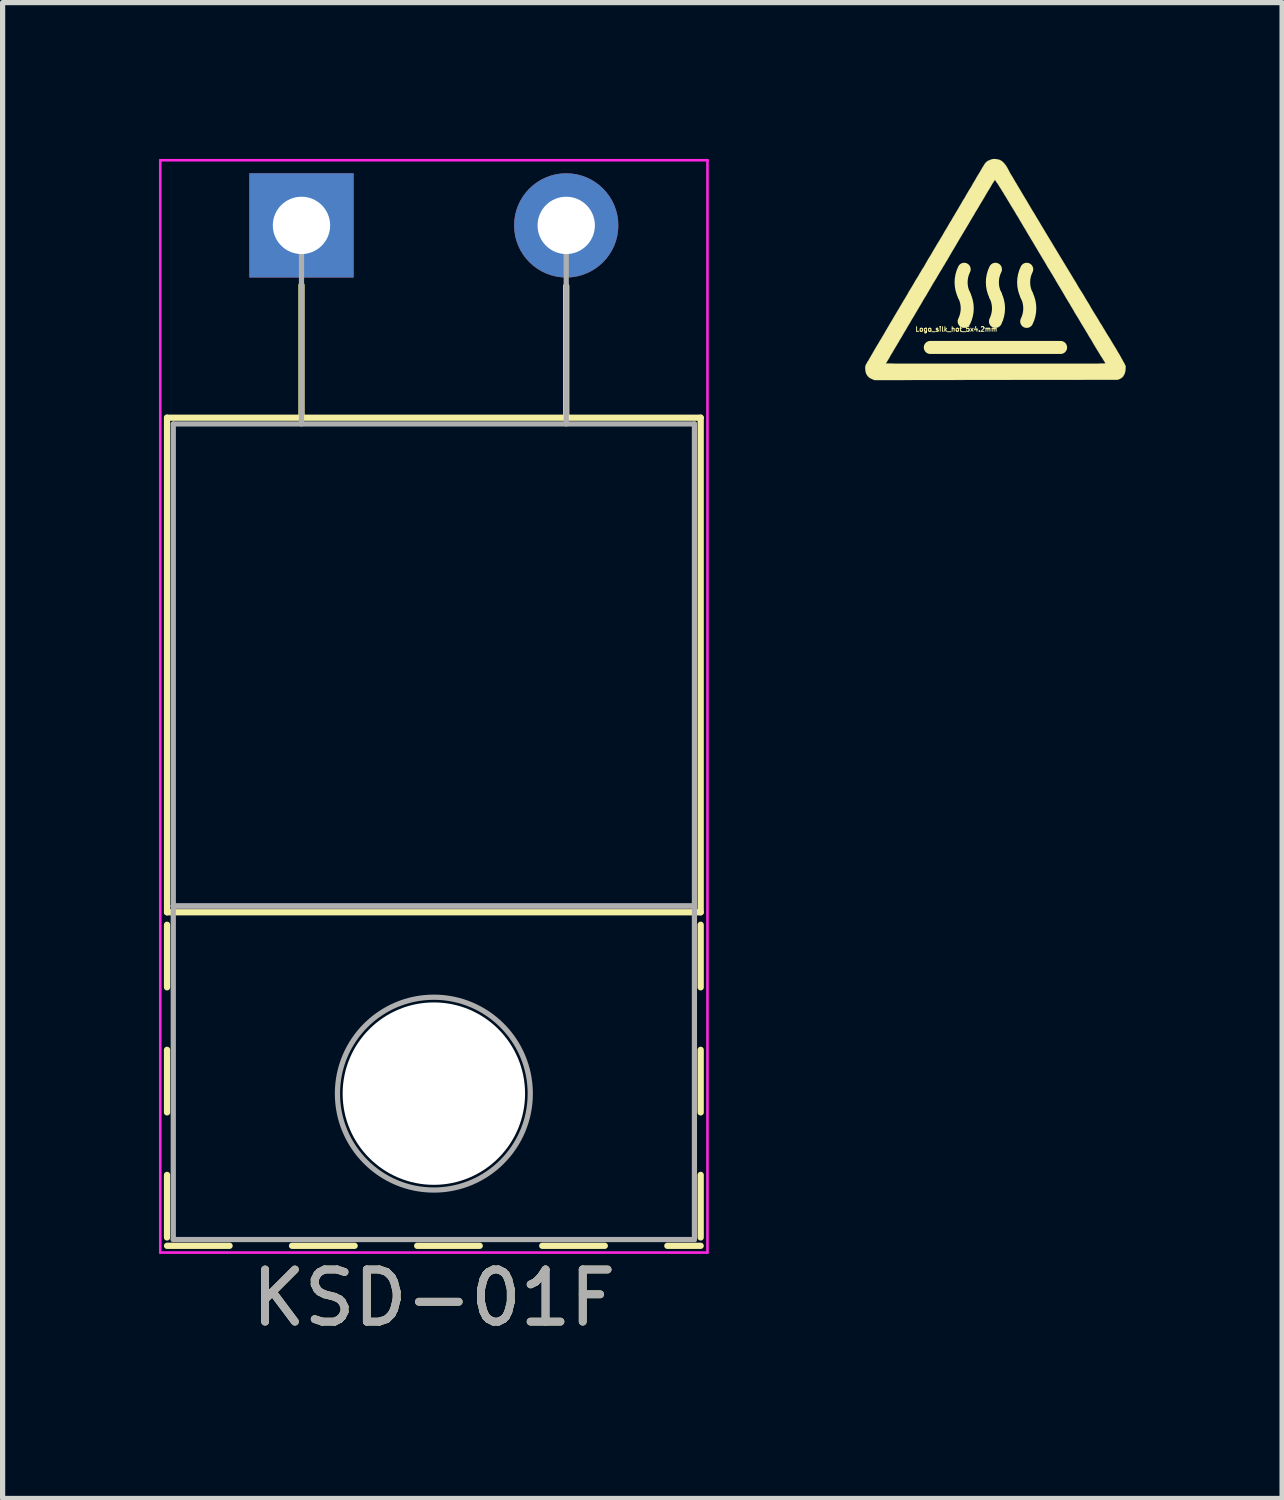
<source format=kicad_pcb>
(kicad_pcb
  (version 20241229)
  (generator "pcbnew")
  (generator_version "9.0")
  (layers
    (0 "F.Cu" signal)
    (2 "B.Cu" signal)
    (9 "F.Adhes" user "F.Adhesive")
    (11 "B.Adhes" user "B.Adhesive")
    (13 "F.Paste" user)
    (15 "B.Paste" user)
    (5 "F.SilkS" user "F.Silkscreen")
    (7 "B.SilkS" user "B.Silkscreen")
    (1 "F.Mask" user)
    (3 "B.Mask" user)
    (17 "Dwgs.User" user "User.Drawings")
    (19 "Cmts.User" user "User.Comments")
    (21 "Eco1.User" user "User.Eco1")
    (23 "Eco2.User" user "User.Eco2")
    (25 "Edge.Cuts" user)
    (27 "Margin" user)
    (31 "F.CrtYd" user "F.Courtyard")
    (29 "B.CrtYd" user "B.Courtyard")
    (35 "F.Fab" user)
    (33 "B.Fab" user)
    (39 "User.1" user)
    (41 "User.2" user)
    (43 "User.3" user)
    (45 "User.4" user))
  (footprint "KSD-01F"
    (layer "F.Cu")
    (at 2.735 1.275)
    (property "Reference" "KSD-01F" (at 2.54 20.58 0) (layer "F.SilkS") (effects (font (size 1 1) (thickness 0.15))))
    (attr through_hole)
    (fp_line (start -2.58 3.69) (end -2.58 13.18) (stroke (width 0.12) (type solid)) (layer "F.SilkS"))
    (fp_line (start -2.58 3.69) (end 7.66 3.69) (stroke (width 0.12) (type solid)) (layer "F.SilkS"))
    (fp_line (start -2.58 13.18) (end 7.66 13.18) (stroke (width 0.12) (type solid)) (layer "F.SilkS"))
    (fp_line (start -2.58 13.42) (end -2.58 14.62) (stroke (width 0.12) (type solid)) (layer "F.SilkS"))
    (fp_line (start -2.58 15.82) (end -2.58 17.02) (stroke (width 0.12) (type solid)) (layer "F.SilkS"))
    (fp_line (start -2.58 18.22) (end -2.58 19.42) (stroke (width 0.12) (type solid)) (layer "F.SilkS"))
    (fp_line (start -2.58 19.58) (end -1.38 19.58) (stroke (width 0.12) (type solid)) (layer "F.SilkS"))
    (fp_line (start -0.181 19.58) (end 1.02 19.58) (stroke (width 0.12) (type solid)) (layer "F.SilkS"))
    (fp_line (start 0 1.15) (end 0 3.69) (stroke (width 0.12) (type solid)) (layer "F.SilkS"))
    (fp_line (start 2.22 19.58) (end 3.42 19.58) (stroke (width 0.12) (type solid)) (layer "F.SilkS"))
    (fp_line (start 4.62 19.58) (end 5.82 19.58) (stroke (width 0.12) (type solid)) (layer "F.SilkS"))
    (fp_line (start 5.08 1.165) (end 5.08 3.69) (stroke (width 0.12) (type solid)) (layer "F.SilkS"))
    (fp_line (start 7.02 19.58) (end 7.66 19.58) (stroke (width 0.12) (type solid)) (layer "F.SilkS"))
    (fp_line (start 7.66 3.69) (end 7.66 13.18) (stroke (width 0.12) (type solid)) (layer "F.SilkS"))
    (fp_line (start 7.66 13.42) (end 7.66 14.62) (stroke (width 0.12) (type solid)) (layer "F.SilkS"))
    (fp_line (start 7.66 15.82) (end 7.66 17.02) (stroke (width 0.12) (type solid)) (layer "F.SilkS"))
    (fp_line (start 7.66 18.22) (end 7.66 19.42) (stroke (width 0.12) (type solid)) (layer "F.SilkS"))
    (fp_line (start -2.71 -1.25) (end -2.71 19.71) (stroke (width 0.05) (type solid)) (layer "F.CrtYd"))
    (fp_line (start -2.71 19.71) (end 7.79 19.71) (stroke (width 0.05) (type solid)) (layer "F.CrtYd"))
    (fp_line (start 7.79 -1.25) (end -2.71 -1.25) (stroke (width 0.05) (type solid)) (layer "F.CrtYd"))
    (fp_line (start 7.79 19.71) (end 7.79 -1.25) (stroke (width 0.05) (type solid)) (layer "F.CrtYd"))
    (fp_line (start -2.46 3.81) (end -2.46 13.06) (stroke (width 0.1) (type solid)) (layer "F.Fab"))
    (fp_line (start -2.46 13.06) (end -2.46 19.46) (stroke (width 0.1) (type solid)) (layer "F.Fab"))
    (fp_line (start -2.46 13.06) (end 7.54 13.06) (stroke (width 0.1) (type solid)) (layer "F.Fab"))
    (fp_line (start -2.46 19.46) (end 7.54 19.46) (stroke (width 0.1) (type solid)) (layer "F.Fab"))
    (fp_line (start 0 3.81) (end 0 0) (stroke (width 0.1) (type solid)) (layer "F.Fab"))
    (fp_line (start 5.08 3.81) (end 5.08 0) (stroke (width 0.1) (type solid)) (layer "F.Fab"))
    (fp_line (start 7.54 3.81) (end -2.46 3.81) (stroke (width 0.1) (type solid)) (layer "F.Fab"))
    (fp_line (start 7.54 13.06) (end -2.46 13.06) (stroke (width 0.1) (type solid)) (layer "F.Fab"))
    (fp_line (start 7.54 13.06) (end 7.54 3.81) (stroke (width 0.1) (type solid)) (layer "F.Fab"))
    (fp_line (start 7.54 19.46) (end 7.54 13.06) (stroke (width 0.1) (type solid)) (layer "F.Fab"))
    (fp_circle (center 2.54 16.66) (end 4.39 16.66) (stroke (width 0.1) (type solid)) (fill no) (layer "F.Fab"))
    (fp_text user "${REFERENCE}" (at 2.54 20.58 0) (layer "F.Fab") (effects (font (size 1 1) (thickness 0.15))))
    (pad "" np_thru_hole oval (at 2.54 16.66) (size 3.5 3.5) (drill 3.5) (layers "*.Cu" "*.Mask"))
    (pad "1" thru_hole rect (at 0 0) (size 2 2) (drill 1.1) (layers "*.Cu" "*.Mask"))
    (pad "2" thru_hole oval (at 5.08 0) (size 2 2) (drill 1.1) (layers "*.Cu" "*.Mask")))
  (footprint "Logo_silk_hot_5x4.2mm"
    (layer "F.Cu")
    (at 16.051 2.117)
    (property "Reference" "Logo_silk_hot_5x4.2mm" (at -0.75 1.15 0) (layer "F.SilkS") (effects (font (size 0.089 0.089) (thickness 0.018))))
    (attr exclude_from_pos_files exclude_from_bom)
    (fp_line (start -1.25 1.5) (end 1.25 1.5) (stroke (width 0.25) (type solid)) (layer "F.SilkS"))
    (fp_arc (start -0.600001 0.5) (mid -0.541019 0.75) (end -0.600001 1) (stroke (width 0.25) (type solid)) (layer "F.SilkS"))
    (fp_arc (start -0.6 0.5) (mid -0.658982 0.25) (end -0.6 0) (stroke (width 0.25) (type solid)) (layer "F.SilkS"))
    (fp_arc (start -0.000001 0.5) (mid 0.058981 0.75) (end -0.000001 1) (stroke (width 0.25) (type solid)) (layer "F.SilkS"))
    (fp_arc (start 0 0.5) (mid -0.058982 0.25) (end 0 0) (stroke (width 0.25) (type solid)) (layer "F.SilkS"))
    (fp_arc (start 0.599999 0.5) (mid 0.658981 0.75) (end 0.599999 1) (stroke (width 0.25) (type solid)) (layer "F.SilkS"))
    (fp_arc (start 0.6 0.5) (mid 0.541018 0.25) (end 0.6 0) (stroke (width 0.25) (type solid)) (layer "F.SilkS"))
    (fp_poly (pts (xy 2.499 1.859) (xy 2.497 1.91) (xy 2.492 1.958) (xy 2.479 2.004) (xy 2.459 2.042) (xy 2.449 2.057) (xy 2.436 2.07) (xy 2.423 2.083) (xy 2.405 2.093) (xy 2.388 2.103) (xy 2.344 2.121) (xy 2.111 2.121) (xy 2.111 1.803) (xy 2.106 1.796) (xy 2.098 1.783) (xy 2.088 1.765) (xy 2.073 1.742) (xy 2.065 1.73) (xy 2.055 1.714) (xy 2.05 1.704) (xy 2.042 1.692) (xy 2.035 1.681) (xy 2.027 1.671) (xy 2.019 1.659) (xy 2.012 1.646) (xy 2.002 1.628) (xy 1.989 1.608) (xy 1.976 1.585) (xy 1.958 1.557) (xy 1.938 1.524) (xy 1.915 1.486) (xy 1.887 1.44) (xy 1.857 1.387) (xy 1.824 1.331) (xy 1.793 1.283) (xy 1.768 1.237) (xy 1.742 1.196) (xy 1.72 1.158) (xy 1.699 1.123) (xy 1.681 1.095) (xy 1.669 1.074) (xy 1.659 1.059) (xy 1.654 1.052) (xy 1.648 1.041) (xy 1.638 1.024) (xy 1.626 1.003) (xy 1.61 0.975) (xy 1.593 0.947) (xy 1.585 0.932) (xy 1.562 0.897) (xy 1.539 0.859) (xy 1.514 0.818) (xy 1.494 0.78) (xy 1.473 0.747) (xy 1.473 0.744) (xy 1.453 0.714) (xy 1.435 0.681) (xy 1.417 0.65) (xy 1.4 0.625) (xy 1.389 0.605) (xy 1.377 0.584) (xy 1.359 0.556) (xy 1.341 0.526) (xy 1.323 0.493) (xy 1.303 0.46) (xy 1.283 0.424) (xy 1.26 0.386) (xy 1.234 0.343) (xy 1.209 0.302) (xy 1.189 0.267) (xy 1.168 0.234) (xy 1.146 0.193) (xy 1.12 0.15) (xy 1.095 0.107) (xy 1.069 0.066) (xy 1.059 0.048) (xy 1.036 0.01) (xy 1.011 -0.028) (xy 0.986 -0.071) (xy 0.963 -0.112) (xy 0.94 -0.15) (xy 0.932 -0.165) (xy 0.914 -0.193) (xy 0.897 -0.221) (xy 0.884 -0.244) (xy 0.871 -0.264) (xy 0.864 -0.277) (xy 0.864 -0.279) (xy 0.856 -0.29) (xy 0.846 -0.307) (xy 0.833 -0.328) (xy 0.818 -0.353) (xy 0.808 -0.371) (xy 0.792 -0.399) (xy 0.777 -0.422) (xy 0.765 -0.442) (xy 0.757 -0.457) (xy 0.752 -0.465) (xy 0.747 -0.475) (xy 0.737 -0.49) (xy 0.724 -0.513) (xy 0.709 -0.538) (xy 0.691 -0.566) (xy 0.683 -0.579) (xy 0.663 -0.615) (xy 0.638 -0.655) (xy 0.612 -0.699) (xy 0.587 -0.742) (xy 0.566 -0.78) (xy 0.564 -0.78) (xy 0.546 -0.81) (xy 0.528 -0.841) (xy 0.513 -0.866) (xy 0.5 -0.889) (xy 0.49 -0.904) (xy 0.488 -0.909) (xy 0.478 -0.925) (xy 0.465 -0.947) (xy 0.447 -0.978) (xy 0.427 -1.013) (xy 0.401 -1.052) (xy 0.376 -1.097) (xy 0.348 -1.143) (xy 0.318 -1.191) (xy 0.287 -1.242) (xy 0.259 -1.29) (xy 0.229 -1.339) (xy 0.201 -1.387) (xy 0.173 -1.43) (xy 0.15 -1.471) (xy 0.127 -1.506) (xy 0.109 -1.537) (xy 0.107 -1.539) (xy 0.086 -1.572) (xy 0.066 -1.603) (xy 0.048 -1.633) (xy 0.03 -1.659) (xy 0.013 -1.681) (xy 0.003 -1.699) (xy -0.005 -1.712) (xy -0.01 -1.717) (xy -0.013 -1.712) (xy -0.02 -1.699) (xy -0.033 -1.681) (xy -0.051 -1.654) (xy -0.071 -1.621) (xy -0.094 -1.58) (xy -0.122 -1.534) (xy -0.152 -1.486) (xy -0.185 -1.43) (xy -0.218 -1.372) (xy -0.257 -1.308) (xy -0.295 -1.245) (xy -0.335 -1.176) (xy -0.356 -1.14) (xy -0.363 -1.13) (xy -0.376 -1.11) (xy -0.389 -1.087) (xy -0.406 -1.057) (xy -0.424 -1.026) (xy -0.445 -0.993) (xy -0.528 -0.851) (xy -0.61 -0.714) (xy -0.688 -0.584) (xy -0.762 -0.457) (xy -0.836 -0.333) (xy -0.907 -0.211) (xy -0.927 -0.175) (xy -0.947 -0.145) (xy -0.965 -0.114) (xy -0.98 -0.086) (xy -0.996 -0.064) (xy -1.006 -0.046) (xy -1.008 -0.041) (xy -1.016 -0.028) (xy -1.029 -0.005) (xy -1.044 0.018) (xy -1.062 0.048) (xy -1.082 0.081) (xy -1.095 0.104) (xy -1.115 0.137) (xy -1.133 0.168) (xy -1.151 0.198) (xy -1.166 0.224) (xy -1.179 0.241) (xy -1.184 0.251) (xy -1.194 0.269) (xy -1.209 0.292) (xy -1.224 0.32) (xy -1.24 0.345) (xy -1.242 0.351) (xy -1.265 0.391) (xy -1.29 0.432) (xy -1.313 0.472) (xy -1.336 0.513) (xy -1.359 0.546) (xy -1.374 0.574) (xy -1.382 0.584) (xy -1.394 0.607) (xy -1.407 0.63) (xy -1.417 0.648) (xy -1.42 0.65) (xy -1.425 0.663) (xy -1.438 0.683) (xy -1.455 0.711) (xy -1.476 0.747) (xy -1.501 0.79) (xy -1.532 0.841) (xy -1.565 0.899) (xy -1.603 0.96) (xy -1.643 1.031) (xy -1.689 1.105) (xy -1.689 1.107) (xy -1.712 1.148) (xy -1.737 1.189) (xy -1.763 1.232) (xy -1.786 1.273) (xy -1.808 1.311) (xy -1.821 1.331) (xy -1.841 1.364) (xy -1.859 1.397) (xy -1.88 1.43) (xy -1.895 1.458) (xy -1.91 1.481) (xy -1.913 1.483) (xy -1.925 1.509) (xy -1.941 1.532) (xy -1.951 1.552) (xy -1.961 1.567) (xy -1.981 1.603) (xy -2.002 1.636) (xy -2.022 1.671) (xy -2.04 1.704) (xy -2.057 1.732) (xy -2.073 1.758) (xy -2.085 1.778) (xy -2.093 1.793) (xy -2.098 1.798) (xy -2.103 1.806) (xy -2.103 1.808) (xy -2.098 1.808) (xy -2.083 1.808) (xy -2.06 1.808) (xy -2.027 1.808) (xy -1.984 1.808) (xy -1.933 1.811) (xy -1.877 1.811) (xy -1.811 1.811) (xy -1.737 1.811) (xy -1.656 1.811) (xy -1.57 1.811) (xy -1.476 1.811) (xy -1.377 1.811) (xy -1.27 1.811) (xy -1.158 1.811) (xy -1.044 1.811) (xy -0.922 1.811) (xy -0.798 1.811) (xy -0.668 1.811) (xy -0.536 1.811) (xy -0.399 1.811) (xy -0.259 1.811) (xy -0.114 1.811) (xy 0.005 1.811) (xy 0.178 1.811) (xy 0.343 1.811) (xy 0.495 1.811) (xy 0.64 1.811) (xy 0.777 1.811) (xy 0.904 1.811) (xy 1.024 1.811) (xy 1.135 1.811) (xy 1.24 1.811) (xy 1.336 1.811) (xy 1.425 1.811) (xy 1.506 1.811) (xy 1.582 1.811) (xy 1.651 1.811) (xy 1.712 1.811) (xy 1.77 1.811) (xy 1.821 1.811) (xy 1.867 1.811) (xy 1.908 1.811) (xy 1.943 1.811) (xy 1.976 1.811) (xy 2.004 1.808) (xy 2.027 1.808) (xy 2.047 1.808) (xy 2.062 1.808) (xy 2.078 1.808) (xy 2.088 1.808) (xy 2.095 1.806) (xy 2.103 1.806) (xy 2.106 1.806) (xy 2.108 1.806) (xy 2.111 1.803) (xy 2.111 2.121) (xy 0.01 2.123) (xy -2.322 2.126) (xy -2.365 2.108) (xy -2.408 2.088) (xy -2.441 2.06) (xy -2.466 2.029) (xy -2.484 1.991) (xy -2.494 1.946) (xy -2.499 1.9) (xy -2.499 1.885) (xy -2.497 1.875) (xy -2.497 1.864) (xy -2.494 1.852) (xy -2.489 1.839) (xy -2.482 1.824) (xy -2.469 1.803) (xy -2.456 1.778) (xy -2.436 1.748) (xy -2.426 1.73) (xy -2.41 1.702) (xy -2.393 1.674) (xy -2.38 1.648) (xy -2.367 1.631) (xy -2.36 1.618) (xy -2.352 1.6) (xy -2.337 1.577) (xy -2.322 1.549) (xy -2.304 1.519) (xy -2.283 1.483) (xy -2.263 1.45) (xy -2.243 1.417) (xy -2.24 1.412) (xy -2.228 1.392) (xy -2.215 1.369) (xy -2.197 1.341) (xy -2.179 1.311) (xy -2.162 1.28) (xy -2.141 1.247) (xy -2.118 1.206) (xy -2.095 1.166) (xy -2.073 1.128) (xy -2.057 1.102) (xy -2.04 1.072) (xy -2.019 1.036) (xy -1.999 1.003) (xy -1.981 0.973) (xy -1.968 0.95) (xy -1.953 0.925) (xy -1.935 0.894) (xy -1.915 0.861) (xy -1.895 0.828) (xy -1.877 0.795) (xy -1.857 0.765) (xy -1.839 0.732) (xy -1.819 0.699) (xy -1.803 0.673) (xy -1.791 0.65) (xy -1.783 0.638) (xy -1.775 0.625) (xy -1.765 0.607) (xy -1.755 0.589) (xy -1.74 0.569) (xy -1.725 0.541) (xy -1.707 0.511) (xy -1.687 0.478) (xy -1.664 0.434) (xy -1.636 0.389) (xy -1.603 0.335) (xy -1.567 0.274) (xy -1.527 0.203) (xy -1.524 0.201) (xy -1.501 0.163) (xy -1.478 0.127) (xy -1.458 0.089) (xy -1.438 0.058) (xy -1.422 0.03) (xy -1.41 0.008) (xy -1.405 0) (xy -1.394 -0.015) (xy -1.379 -0.038) (xy -1.361 -0.069) (xy -1.341 -0.104) (xy -1.321 -0.14) (xy -1.298 -0.18) (xy -1.278 -0.213) (xy -1.234 -0.284) (xy -1.196 -0.351) (xy -1.158 -0.414) (xy -1.123 -0.475) (xy -1.09 -0.528) (xy -1.059 -0.579) (xy -1.034 -0.622) (xy -1.013 -0.655) (xy -1.003 -0.676) (xy -0.993 -0.691) (xy -0.98 -0.716) (xy -0.963 -0.744) (xy -0.94 -0.78) (xy -0.917 -0.82) (xy -0.894 -0.861) (xy -0.869 -0.904) (xy -0.848 -0.935) (xy -0.823 -0.98) (xy -0.795 -1.026) (xy -0.77 -1.069) (xy -0.744 -1.113) (xy -0.721 -1.151) (xy -0.701 -1.184) (xy -0.686 -1.212) (xy -0.678 -1.224) (xy -0.66 -1.255) (xy -0.64 -1.29) (xy -0.62 -1.326) (xy -0.599 -1.356) (xy -0.589 -1.374) (xy -0.574 -1.4) (xy -0.556 -1.433) (xy -0.536 -1.466) (xy -0.516 -1.501) (xy -0.5 -1.527) (xy -0.462 -1.587) (xy -0.432 -1.643) (xy -0.401 -1.694) (xy -0.376 -1.737) (xy -0.356 -1.773) (xy -0.338 -1.801) (xy -0.328 -1.821) (xy -0.32 -1.831) (xy -0.312 -1.844) (xy -0.3 -1.864) (xy -0.287 -1.887) (xy -0.272 -1.913) (xy -0.269 -1.918) (xy -0.246 -1.958) (xy -0.226 -1.989) (xy -0.211 -2.014) (xy -0.196 -2.035) (xy -0.183 -2.05) (xy -0.17 -2.062) (xy -0.155 -2.073) (xy -0.14 -2.083) (xy -0.122 -2.09) (xy -0.099 -2.098) (xy -0.097 -2.101) (xy -0.074 -2.108) (xy -0.058 -2.113) (xy -0.043 -2.116) (xy -0.028 -2.116) (xy -0.005 -2.116) (xy 0.036 -2.111) (xy 0.074 -2.101) (xy 0.112 -2.083) (xy 0.145 -2.057) (xy 0.175 -2.024) (xy 0.206 -1.984) (xy 0.236 -1.933) (xy 0.251 -1.902) (xy 0.259 -1.89) (xy 0.269 -1.869) (xy 0.284 -1.841) (xy 0.302 -1.811) (xy 0.325 -1.775) (xy 0.348 -1.735) (xy 0.371 -1.694) (xy 0.396 -1.654) (xy 0.422 -1.61) (xy 0.445 -1.57) (xy 0.467 -1.534) (xy 0.475 -1.521) (xy 0.488 -1.499) (xy 0.503 -1.473) (xy 0.521 -1.443) (xy 0.541 -1.41) (xy 0.561 -1.377) (xy 0.561 -1.374) (xy 0.589 -1.331) (xy 0.62 -1.278) (xy 0.655 -1.219) (xy 0.693 -1.153) (xy 0.739 -1.079) (xy 0.787 -0.998) (xy 0.838 -0.914) (xy 0.892 -0.823) (xy 0.95 -0.726) (xy 1.011 -0.625) (xy 1.074 -0.521) (xy 1.14 -0.411) (xy 1.209 -0.297) (xy 1.278 -0.183) (xy 1.349 -0.066) (xy 1.42 0.051) (xy 1.438 0.081) (xy 1.471 0.135) (xy 1.504 0.191) (xy 1.542 0.251) (xy 1.577 0.312) (xy 1.615 0.376) (xy 1.654 0.437) (xy 1.692 0.498) (xy 1.725 0.556) (xy 1.758 0.61) (xy 1.788 0.658) (xy 1.814 0.701) (xy 1.826 0.726) (xy 1.869 0.798) (xy 1.908 0.861) (xy 1.943 0.917) (xy 1.976 0.97) (xy 2.004 1.021) (xy 2.035 1.067) (xy 2.062 1.113) (xy 2.09 1.158) (xy 2.118 1.206) (xy 2.146 1.252) (xy 2.197 1.333) (xy 2.243 1.41) (xy 2.283 1.476) (xy 2.322 1.539) (xy 2.352 1.593) (xy 2.383 1.643) (xy 2.408 1.689) (xy 2.431 1.73) (xy 2.451 1.768) (xy 2.469 1.798) (xy 2.499 1.859)) (stroke (width 0.003) (type solid)) (fill yes) (layer "F.SilkS")))
  (gr_rect
    (start -3 -3)
    (end 21.551 25.703)
    (stroke (width 0.1) (type default))
    (fill no)
    (layer "Edge.Cuts")))
</source>
